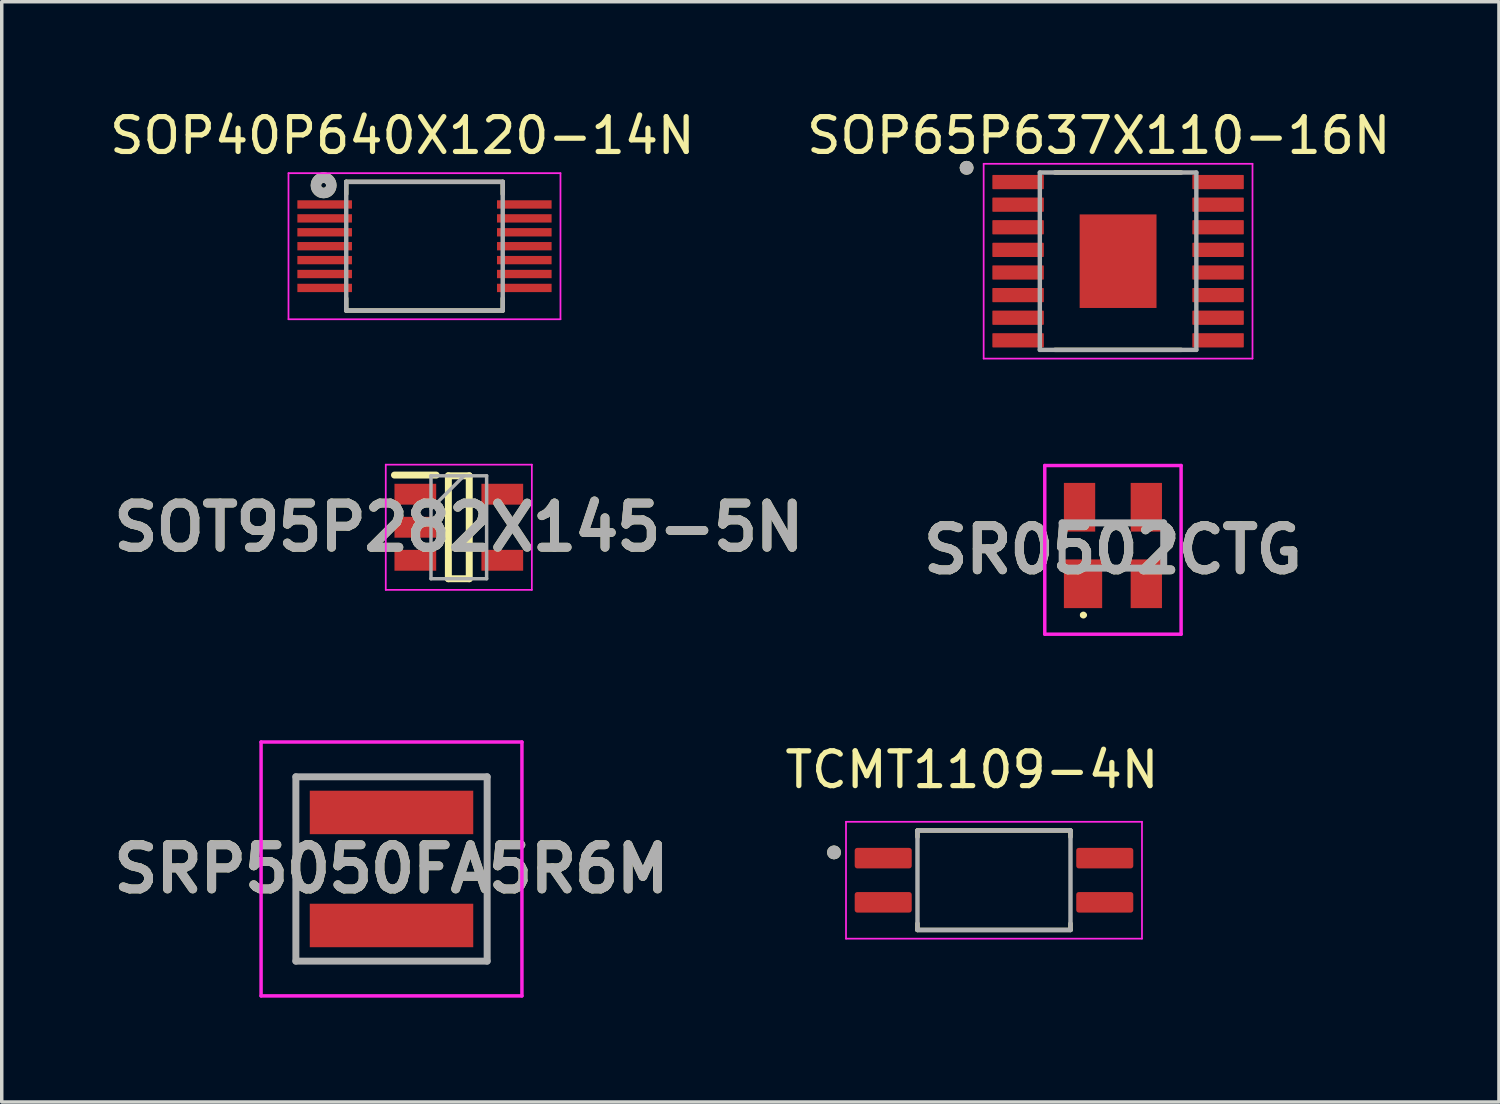
<source format=kicad_pcb>
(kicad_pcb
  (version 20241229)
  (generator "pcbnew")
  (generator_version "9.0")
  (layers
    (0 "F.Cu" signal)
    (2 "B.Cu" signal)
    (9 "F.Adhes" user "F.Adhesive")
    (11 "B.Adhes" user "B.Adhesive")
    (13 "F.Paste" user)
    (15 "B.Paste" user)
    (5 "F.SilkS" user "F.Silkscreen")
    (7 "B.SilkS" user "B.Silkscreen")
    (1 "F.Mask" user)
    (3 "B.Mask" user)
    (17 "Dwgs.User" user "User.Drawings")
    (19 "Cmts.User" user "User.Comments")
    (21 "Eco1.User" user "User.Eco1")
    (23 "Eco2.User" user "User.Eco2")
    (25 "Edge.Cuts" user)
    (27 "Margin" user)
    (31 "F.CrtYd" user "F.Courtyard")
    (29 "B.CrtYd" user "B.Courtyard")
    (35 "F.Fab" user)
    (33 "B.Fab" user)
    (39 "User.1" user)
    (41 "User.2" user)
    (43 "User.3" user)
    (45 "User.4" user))
  (footprint "SRP5050FA5R6M"
    (layer "F.Cu")
    (at 8.207 21.935)
    (property "Reference" "SRP5050FA5R6M" (at 0 0 0) (layer "F.SilkS") (effects (font (size 1.27 1.27) (thickness 0.254))))
    (attr smd)
    (fp_line (start -2.75 -2.65) (end 2.75 -2.65) (stroke (width 0.1) (type solid)) (layer "F.SilkS"))
    (fp_line (start -2.75 2.65) (end -2.75 -2.65) (stroke (width 0.1) (type solid)) (layer "F.SilkS"))
    (fp_line (start 2.75 -2.65) (end 2.75 2.65) (stroke (width 0.1) (type solid)) (layer "F.SilkS"))
    (fp_line (start 2.75 2.65) (end -2.75 2.65) (stroke (width 0.1) (type solid)) (layer "F.SilkS"))
    (fp_line (start -3.75 -3.65) (end 3.75 -3.65) (stroke (width 0.1) (type solid)) (layer "F.CrtYd"))
    (fp_line (start -3.75 3.65) (end -3.75 -3.65) (stroke (width 0.1) (type solid)) (layer "F.CrtYd"))
    (fp_line (start 3.75 -3.65) (end 3.75 3.65) (stroke (width 0.1) (type solid)) (layer "F.CrtYd"))
    (fp_line (start 3.75 3.65) (end -3.75 3.65) (stroke (width 0.1) (type solid)) (layer "F.CrtYd"))
    (fp_line (start -2.75 -2.65) (end 2.75 -2.65) (stroke (width 0.2) (type solid)) (layer "F.Fab"))
    (fp_line (start -2.75 2.65) (end -2.75 -2.65) (stroke (width 0.2) (type solid)) (layer "F.Fab"))
    (fp_line (start 2.75 -2.65) (end 2.75 2.65) (stroke (width 0.2) (type solid)) (layer "F.Fab"))
    (fp_line (start 2.75 2.65) (end -2.75 2.65) (stroke (width 0.2) (type solid)) (layer "F.Fab"))
    (fp_text user "${REFERENCE}" (at 0 0 0) (layer "F.Fab") (effects (font (size 1.27 1.27) (thickness 0.254))))
    (pad "1" smd rect (at 0 1.625 90) (size 1.25 4.7) (layers "F.Cu" "F.Mask" "F.Paste"))
    (pad "2" smd rect (at 0 -1.625 90) (size 1.25 4.7) (layers "F.Cu" "F.Mask" "F.Paste")))
  (footprint "SOT95P282X145-5N"
    (layer "F.Cu")
    (at 10.142 12.11)
    (property "Reference" "SOT95P282X145-5N" (at 0 0 0) (layer "F.SilkS") (effects (font (size 1.27 1.27) (thickness 0.254))))
    (attr smd)
    (fp_line (start -1.85 -1.5) (end -0.65 -1.5) (stroke (width 0.2) (type solid)) (layer "F.SilkS"))
    (fp_line (start -0.3 -1.48) (end 0.3 -1.48) (stroke (width 0.2) (type solid)) (layer "F.SilkS"))
    (fp_line (start -0.3 1.48) (end -0.3 -1.48) (stroke (width 0.2) (type solid)) (layer "F.SilkS"))
    (fp_line (start 0.3 -1.48) (end 0.3 1.48) (stroke (width 0.2) (type solid)) (layer "F.SilkS"))
    (fp_line (start 0.3 1.48) (end -0.3 1.48) (stroke (width 0.2) (type solid)) (layer "F.SilkS"))
    (fp_line (start -2.1 -1.8) (end 2.1 -1.8) (stroke (width 0.05) (type solid)) (layer "F.CrtYd"))
    (fp_line (start -2.1 1.8) (end -2.1 -1.8) (stroke (width 0.05) (type solid)) (layer "F.CrtYd"))
    (fp_line (start 2.1 -1.8) (end 2.1 1.8) (stroke (width 0.05) (type solid)) (layer "F.CrtYd"))
    (fp_line (start 2.1 1.8) (end -2.1 1.8) (stroke (width 0.05) (type solid)) (layer "F.CrtYd"))
    (fp_line (start -0.8 -1.48) (end 0.8 -1.48) (stroke (width 0.1) (type solid)) (layer "F.Fab"))
    (fp_line (start -0.8 -0.53) (end 0.15 -1.48) (stroke (width 0.1) (type solid)) (layer "F.Fab"))
    (fp_line (start -0.8 1.48) (end -0.8 -1.48) (stroke (width 0.1) (type solid)) (layer "F.Fab"))
    (fp_line (start 0.8 -1.48) (end 0.8 1.48) (stroke (width 0.1) (type solid)) (layer "F.Fab"))
    (fp_line (start 0.8 1.48) (end -0.8 1.48) (stroke (width 0.1) (type solid)) (layer "F.Fab"))
    (fp_text user "${REFERENCE}" (at 0 0 0) (layer "F.Fab") (effects (font (size 1.27 1.27) (thickness 0.254))))
    (pad "1" smd rect (at -1.25 -0.95 90) (size 0.6 1.2) (layers "F.Cu" "F.Mask" "F.Paste"))
    (pad "2" smd rect (at -1.25 0 90) (size 0.6 1.2) (layers "F.Cu" "F.Mask" "F.Paste"))
    (pad "3" smd rect (at -1.25 0.95 90) (size 0.6 1.2) (layers "F.Cu" "F.Mask" "F.Paste"))
    (pad "4" smd rect (at 1.25 0.95 90) (size 0.6 1.2) (layers "F.Cu" "F.Mask" "F.Paste"))
    (pad "5" smd rect (at 1.25 -0.95 90) (size 0.6 1.2) (layers "F.Cu" "F.Mask" "F.Paste")))
  (footprint "SOP65P637X110-16N"
    (layer "F.Cu")
    (at 29.098 4.46)
    (property "Reference" "SOP65P637X110-16N" (at -0.555 -3.612 0) (layer "F.SilkS") (effects (font (size 1 1) (thickness 0.15))))
    (attr through_hole)
    (fp_line (start -1.815 -2.55) (end 1.815 -2.55) (stroke (width 0.127) (type solid)) (layer "F.SilkS"))
    (fp_line (start -1.815 2.55) (end 1.815 2.55) (stroke (width 0.127) (type solid)) (layer "F.SilkS"))
    (fp_circle (center -4.355 -2.685) (end -4.255 -2.685) (stroke (width 0.2) (type solid)) (fill no) (layer "F.SilkS"))
    (fp_poly (pts (xy -0.7 -0.85) (xy 0.7 -0.85) (xy 0.7 0.85) (xy -0.7 0.85)) (stroke (width 0.01) (type solid)) (fill yes) (layer "F.Paste"))
    (fp_line (start -3.865 -2.8) (end -3.865 2.8) (stroke (width 0.05) (type solid)) (layer "F.CrtYd"))
    (fp_line (start -3.865 -2.8) (end 3.865 -2.8) (stroke (width 0.05) (type solid)) (layer "F.CrtYd"))
    (fp_line (start -3.865 2.8) (end 3.865 2.8) (stroke (width 0.05) (type solid)) (layer "F.CrtYd"))
    (fp_line (start 3.865 -2.8) (end 3.865 2.8) (stroke (width 0.05) (type solid)) (layer "F.CrtYd"))
    (fp_line (start -2.25 -2.55) (end -2.25 2.55) (stroke (width 0.127) (type solid)) (layer "F.Fab"))
    (fp_line (start -2.25 -2.55) (end 2.25 -2.55) (stroke (width 0.127) (type solid)) (layer "F.Fab"))
    (fp_line (start -2.25 2.55) (end 2.25 2.55) (stroke (width 0.127) (type solid)) (layer "F.Fab"))
    (fp_line (start 2.25 -2.55) (end 2.25 2.55) (stroke (width 0.127) (type solid)) (layer "F.Fab"))
    (fp_circle (center -4.355 -2.685) (end -4.255 -2.685) (stroke (width 0.2) (type solid)) (fill no) (layer "F.Fab"))
    (pad "1" smd roundrect (at -2.875 -2.275) (size 1.48 0.41) (layers "F.Cu" "F.Mask" "F.Paste") (roundrect_rratio 0.05))
    (pad "2" smd roundrect (at -2.875 -1.625) (size 1.48 0.41) (layers "F.Cu" "F.Mask" "F.Paste") (roundrect_rratio 0.05))
    (pad "3" smd roundrect (at -2.875 -0.975) (size 1.48 0.41) (layers "F.Cu" "F.Mask" "F.Paste") (roundrect_rratio 0.05))
    (pad "4" smd roundrect (at -2.875 -0.325) (size 1.48 0.41) (layers "F.Cu" "F.Mask" "F.Paste") (roundrect_rratio 0.05))
    (pad "5" smd roundrect (at -2.875 0.325) (size 1.48 0.41) (layers "F.Cu" "F.Mask" "F.Paste") (roundrect_rratio 0.05))
    (pad "6" smd roundrect (at -2.875 0.975) (size 1.48 0.41) (layers "F.Cu" "F.Mask" "F.Paste") (roundrect_rratio 0.05))
    (pad "7" smd roundrect (at -2.875 1.625) (size 1.48 0.41) (layers "F.Cu" "F.Mask" "F.Paste") (roundrect_rratio 0.05))
    (pad "8" smd roundrect (at -2.875 2.275) (size 1.48 0.41) (layers "F.Cu" "F.Mask" "F.Paste") (roundrect_rratio 0.05))
    (pad "9" smd roundrect (at 2.875 2.275) (size 1.48 0.41) (layers "F.Cu" "F.Mask" "F.Paste") (roundrect_rratio 0.05))
    (pad "10" smd roundrect (at 2.875 1.625) (size 1.48 0.41) (layers "F.Cu" "F.Mask" "F.Paste") (roundrect_rratio 0.05))
    (pad "11" smd roundrect (at 2.875 0.975) (size 1.48 0.41) (layers "F.Cu" "F.Mask" "F.Paste") (roundrect_rratio 0.05))
    (pad "12" smd roundrect (at 2.875 0.325) (size 1.48 0.41) (layers "F.Cu" "F.Mask" "F.Paste") (roundrect_rratio 0.05))
    (pad "13" smd roundrect (at 2.875 -0.325) (size 1.48 0.41) (layers "F.Cu" "F.Mask" "F.Paste") (roundrect_rratio 0.05))
    (pad "14" smd roundrect (at 2.875 -0.975) (size 1.48 0.41) (layers "F.Cu" "F.Mask" "F.Paste") (roundrect_rratio 0.05))
    (pad "15" smd roundrect (at 2.875 -1.625) (size 1.48 0.41) (layers "F.Cu" "F.Mask" "F.Paste") (roundrect_rratio 0.05))
    (pad "16" smd roundrect (at 2.875 -2.275) (size 1.48 0.41) (layers "F.Cu" "F.Mask" "F.Paste") (roundrect_rratio 0.05))
    (pad "17" smd rect (at 0 0) (size 2.21 2.69) (layers "F.Cu" "F.Mask")))
  (footprint "SOP40P640X120-14N"
    (layer "F.Cu")
    (at 9.155 4.029)
    (property "Reference" "SOP40P640X120-14N" (at -0.636 -3.18 0) (layer "F.SilkS") (effects (font (size 1.002 1.002) (thickness 0.15))))
    (attr through_hole)
    (fp_line (start -2.25 -1.85) (end 2.25 -1.85) (stroke (width 0.127) (type solid)) (layer "F.SilkS"))
    (fp_line (start -2.25 -1.5) (end -2.25 -1.85) (stroke (width 0.127) (type solid)) (layer "F.SilkS"))
    (fp_line (start -2.25 1.85) (end -2.25 1.5) (stroke (width 0.127) (type solid)) (layer "F.SilkS"))
    (fp_line (start 2.25 -1.85) (end 2.25 -1.5) (stroke (width 0.127) (type solid)) (layer "F.SilkS"))
    (fp_line (start 2.25 1.5) (end 2.25 1.85) (stroke (width 0.127) (type solid)) (layer "F.SilkS"))
    (fp_line (start 2.25 1.85) (end -2.25 1.85) (stroke (width 0.127) (type solid)) (layer "F.SilkS"))
    (fp_circle (center -2.9 -1.75) (end -2.829 -1.75) (stroke (width 0.3) (type solid)) (fill no) (layer "F.SilkS"))
    (fp_line (start -3.91 -2.1) (end 3.91 -2.1) (stroke (width 0.05) (type solid)) (layer "F.CrtYd"))
    (fp_line (start -3.91 2.1) (end -3.91 -2.1) (stroke (width 0.05) (type solid)) (layer "F.CrtYd"))
    (fp_line (start 3.91 -2.1) (end 3.91 2.1) (stroke (width 0.05) (type solid)) (layer "F.CrtYd"))
    (fp_line (start 3.91 2.1) (end -3.91 2.1) (stroke (width 0.05) (type solid)) (layer "F.CrtYd"))
    (fp_line (start -2.25 -1.85) (end 2.25 -1.85) (stroke (width 0.127) (type solid)) (layer "F.Fab"))
    (fp_line (start -2.25 1.85) (end -2.25 -1.85) (stroke (width 0.127) (type solid)) (layer "F.Fab"))
    (fp_line (start 2.25 -1.85) (end 2.25 1.85) (stroke (width 0.127) (type solid)) (layer "F.Fab"))
    (fp_line (start 2.25 1.85) (end -2.25 1.85) (stroke (width 0.127) (type solid)) (layer "F.Fab"))
    (fp_circle (center -2.9 -1.75) (end -2.829 -1.75) (stroke (width 0.3) (type solid)) (fill no) (layer "F.Fab"))
    (pad "1" smd rect (at -2.87 -1.2) (size 1.57 0.24) (layers "F.Cu" "F.Mask" "F.Paste"))
    (pad "2" smd rect (at -2.87 -0.8) (size 1.57 0.24) (layers "F.Cu" "F.Mask" "F.Paste"))
    (pad "3" smd rect (at -2.87 -0.4) (size 1.57 0.24) (layers "F.Cu" "F.Mask" "F.Paste"))
    (pad "4" smd rect (at -2.87 0) (size 1.57 0.24) (layers "F.Cu" "F.Mask" "F.Paste"))
    (pad "5" smd rect (at -2.87 0.4) (size 1.57 0.24) (layers "F.Cu" "F.Mask" "F.Paste"))
    (pad "6" smd rect (at -2.87 0.8) (size 1.57 0.24) (layers "F.Cu" "F.Mask" "F.Paste"))
    (pad "7" smd rect (at -2.87 1.2) (size 1.57 0.24) (layers "F.Cu" "F.Mask" "F.Paste"))
    (pad "8" smd rect (at 2.87 1.2) (size 1.57 0.24) (layers "F.Cu" "F.Mask" "F.Paste"))
    (pad "9" smd rect (at 2.87 0.8) (size 1.57 0.24) (layers "F.Cu" "F.Mask" "F.Paste"))
    (pad "10" smd rect (at 2.87 0.4) (size 1.57 0.24) (layers "F.Cu" "F.Mask" "F.Paste"))
    (pad "11" smd rect (at 2.87 0) (size 1.57 0.24) (layers "F.Cu" "F.Mask" "F.Paste"))
    (pad "12" smd rect (at 2.87 -0.4) (size 1.57 0.24) (layers "F.Cu" "F.Mask" "F.Paste"))
    (pad "13" smd rect (at 2.87 -0.8) (size 1.57 0.24) (layers "F.Cu" "F.Mask" "F.Paste"))
    (pad "14" smd rect (at 2.87 -1.2) (size 1.57 0.24) (layers "F.Cu" "F.Mask" "F.Paste")))
  (footprint "TCMT1109-4N"
    (layer "F.Cu")
    (at 25.53 22.259)
    (property "Reference" "TCMT1109-4N" (at -0.635 -3.175 0) (layer "F.SilkS") (effects (font (size 1 1) (thickness 0.15))))
    (attr smd)
    (fp_line (start -2.2 -1.43) (end 2.2 -1.43) (stroke (width 0.127) (type solid)) (layer "F.SilkS"))
    (fp_line (start -2.2 -1.245) (end -2.2 -1.43) (stroke (width 0.127) (type solid)) (layer "F.SilkS"))
    (fp_line (start -2.2 1.245) (end -2.2 1.43) (stroke (width 0.127) (type solid)) (layer "F.SilkS"))
    (fp_line (start -2.2 1.43) (end 2.2 1.43) (stroke (width 0.127) (type solid)) (layer "F.SilkS"))
    (fp_line (start 2.2 -1.43) (end 2.2 -1.245) (stroke (width 0.127) (type solid)) (layer "F.SilkS"))
    (fp_line (start 2.2 1.43) (end 2.2 1.245) (stroke (width 0.127) (type solid)) (layer "F.SilkS"))
    (fp_circle (center -4.6 -0.8) (end -4.5 -0.8) (stroke (width 0.2) (type solid)) (fill no) (layer "F.SilkS"))
    (fp_line (start -4.255 -1.68) (end 4.255 -1.68) (stroke (width 0.05) (type solid)) (layer "F.CrtYd"))
    (fp_line (start -4.255 1.68) (end -4.255 -1.68) (stroke (width 0.05) (type solid)) (layer "F.CrtYd"))
    (fp_line (start 4.255 -1.68) (end 4.255 1.68) (stroke (width 0.05) (type solid)) (layer "F.CrtYd"))
    (fp_line (start 4.255 1.68) (end -4.255 1.68) (stroke (width 0.05) (type solid)) (layer "F.CrtYd"))
    (fp_line (start -2.2 -1.43) (end 2.2 -1.43) (stroke (width 0.127) (type solid)) (layer "F.Fab"))
    (fp_line (start -2.2 1.43) (end -2.2 -1.43) (stroke (width 0.127) (type solid)) (layer "F.Fab"))
    (fp_line (start 2.2 -1.43) (end 2.2 1.43) (stroke (width 0.127) (type solid)) (layer "F.Fab"))
    (fp_line (start 2.2 1.43) (end -2.2 1.43) (stroke (width 0.127) (type solid)) (layer "F.Fab"))
    (fp_circle (center -4.6 -0.8) (end -4.5 -0.8) (stroke (width 0.2) (type solid)) (fill no) (layer "F.Fab"))
    (pad "1" smd roundrect (at -3.185 -0.635) (size 1.64 0.59) (layers "F.Cu" "F.Mask" "F.Paste") (roundrect_rratio 0.125))
    (pad "2" smd roundrect (at -3.185 0.635) (size 1.64 0.59) (layers "F.Cu" "F.Mask" "F.Paste") (roundrect_rratio 0.125))
    (pad "3" smd roundrect (at 3.185 0.635) (size 1.64 0.59) (layers "F.Cu" "F.Mask" "F.Paste") (roundrect_rratio 0.125))
    (pad "4" smd roundrect (at 3.185 -0.635) (size 1.64 0.59) (layers "F.Cu" "F.Mask" "F.Paste") (roundrect_rratio 0.125)))
  (footprint "SR0502CTG"
    (layer "F.Cu")
    (at 28.95 12.635)
    (property "Reference" "SR0502CTG" (at 0 0.125 0) (layer "F.SilkS") (effects (font (size 1.27 1.27) (thickness 0.254))))
    (attr smd)
    (fp_line (start -1.46 -0.2) (end -1.46 0.2) (stroke (width 0.1) (type solid)) (layer "F.SilkS"))
    (fp_line (start -0.9 2) (end -0.9 2) (stroke (width 0.1) (type solid)) (layer "F.SilkS"))
    (fp_line (start -0.8 2) (end -0.8 2) (stroke (width 0.1) (type solid)) (layer "F.SilkS"))
    (fp_line (start -0.3 -0.65) (end 0.3 -0.65) (stroke (width 0.1) (type solid)) (layer "F.SilkS"))
    (fp_line (start -0.1 0.65) (end 0.3 0.65) (stroke (width 0.1) (type solid)) (layer "F.SilkS"))
    (fp_line (start 1.46 -0.2) (end 1.46 0.2) (stroke (width 0.1) (type solid)) (layer "F.SilkS"))
    (fp_arc (start -0.9 2) (mid -0.85 1.95) (end -0.8 2) (stroke (width 0.1) (type solid)) (layer "F.SilkS"))
    (fp_arc (start -0.8 2) (mid -0.85 2.05) (end -0.9 2) (stroke (width 0.1) (type solid)) (layer "F.SilkS"))
    (fp_line (start -1.96 -2.3) (end 1.96 -2.3) (stroke (width 0.1) (type solid)) (layer "F.CrtYd"))
    (fp_line (start -1.96 2.55) (end -1.96 -2.3) (stroke (width 0.1) (type solid)) (layer "F.CrtYd"))
    (fp_line (start 1.96 -2.3) (end 1.96 2.55) (stroke (width 0.1) (type solid)) (layer "F.CrtYd"))
    (fp_line (start 1.96 2.55) (end -1.96 2.55) (stroke (width 0.1) (type solid)) (layer "F.CrtYd"))
    (fp_line (start -1.46 -0.65) (end 1.46 -0.65) (stroke (width 0.2) (type solid)) (layer "F.Fab"))
    (fp_line (start -1.46 0.65) (end -1.46 -0.65) (stroke (width 0.2) (type solid)) (layer "F.Fab"))
    (fp_line (start 1.46 -0.65) (end 1.46 0.65) (stroke (width 0.2) (type solid)) (layer "F.Fab"))
    (fp_line (start 1.46 0.65) (end -1.46 0.65) (stroke (width 0.2) (type solid)) (layer "F.Fab"))
    (fp_text user "${REFERENCE}" (at 0 0.125 0) (layer "F.Fab") (effects (font (size 1.27 1.27) (thickness 0.254))))
    (pad "1" smd rect (at -0.86 1.1) (size 1.1 1.4) (layers "F.Cu" "F.Mask" "F.Paste"))
    (pad "2" smd rect (at 0.96 1.1) (size 0.9 1.4) (layers "F.Cu" "F.Mask" "F.Paste"))
    (pad "3" smd rect (at 0.96 -1.1) (size 0.9 1.4) (layers "F.Cu" "F.Mask" "F.Paste"))
    (pad "4" smd rect (at -0.96 -1.1) (size 0.9 1.4) (layers "F.Cu" "F.Mask" "F.Paste")))
  (gr_rect
    (start -3 -3)
    (end 40.049 28.635)
    (stroke (width 0.1) (type default))
    (fill no)
    (layer "Edge.Cuts")))
</source>
